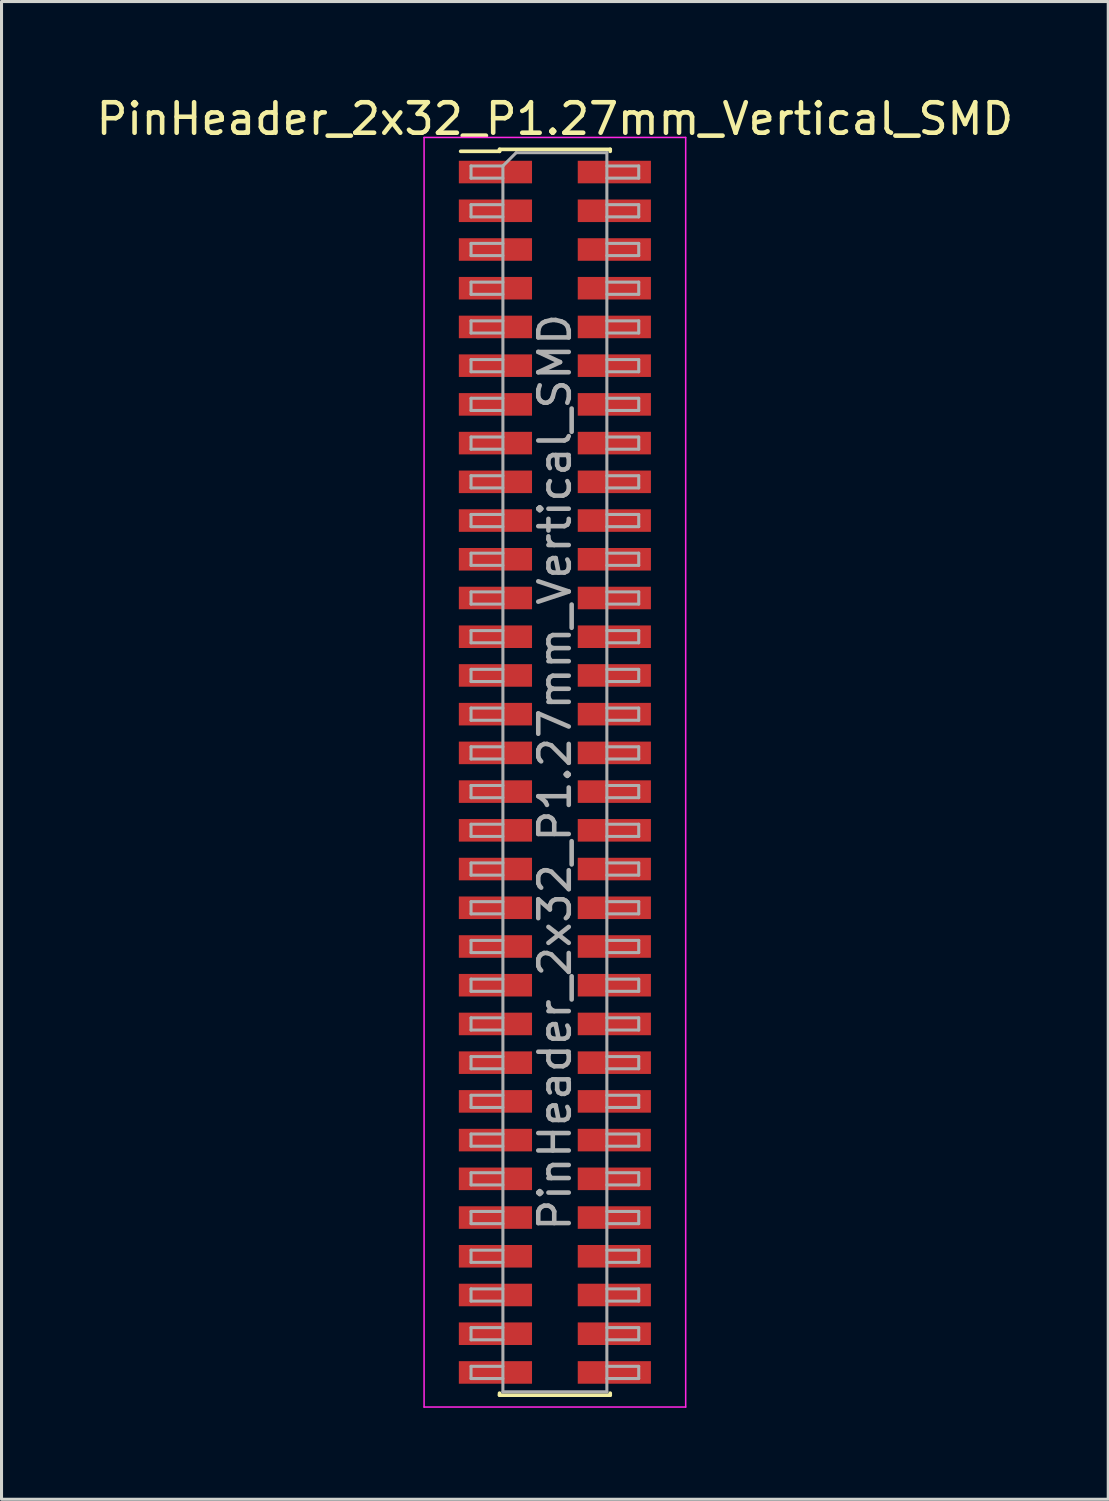
<source format=kicad_pcb>
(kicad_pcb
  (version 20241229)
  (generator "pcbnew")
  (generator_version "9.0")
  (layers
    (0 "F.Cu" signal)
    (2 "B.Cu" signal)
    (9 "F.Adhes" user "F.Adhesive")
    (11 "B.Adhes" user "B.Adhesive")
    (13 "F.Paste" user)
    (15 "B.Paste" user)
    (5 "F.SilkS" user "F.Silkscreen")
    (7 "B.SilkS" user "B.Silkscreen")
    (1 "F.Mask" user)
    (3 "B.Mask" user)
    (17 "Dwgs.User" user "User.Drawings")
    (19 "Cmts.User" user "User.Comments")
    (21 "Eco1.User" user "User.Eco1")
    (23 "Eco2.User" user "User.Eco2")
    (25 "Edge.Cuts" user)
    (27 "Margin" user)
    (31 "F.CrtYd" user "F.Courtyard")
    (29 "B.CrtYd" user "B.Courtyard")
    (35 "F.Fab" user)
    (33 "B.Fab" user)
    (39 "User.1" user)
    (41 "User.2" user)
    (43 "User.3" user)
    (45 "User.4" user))
  (footprint "PinHeader_2x32_P1.27mm_Vertical_SMD"
    (layer "F.Cu")
    (at 15.149 22.278)
    (property "Reference" "PinHeader_2x32_P1.27mm_Vertical_SMD" (at 0 -21.43 0) (layer "F.SilkS") (effects (font (size 1 1) (thickness 0.15))))
    (attr smd)
    (fp_line (start -3.09 -20.365) (end -1.815 -20.365) (stroke (width 0.12) (type solid)) (layer "F.SilkS"))
    (fp_line (start -1.815 -20.43) (end -1.815 -20.365) (stroke (width 0.12) (type solid)) (layer "F.SilkS"))
    (fp_line (start -1.815 -20.43) (end 1.815 -20.43) (stroke (width 0.12) (type solid)) (layer "F.SilkS"))
    (fp_line (start -1.815 20.365) (end -1.815 20.43) (stroke (width 0.12) (type solid)) (layer "F.SilkS"))
    (fp_line (start -1.815 20.43) (end 1.815 20.43) (stroke (width 0.12) (type solid)) (layer "F.SilkS"))
    (fp_line (start 1.815 -20.43) (end 1.815 -20.365) (stroke (width 0.12) (type solid)) (layer "F.SilkS"))
    (fp_line (start 1.815 20.365) (end 1.815 20.43) (stroke (width 0.12) (type solid)) (layer "F.SilkS"))
    (fp_line (start -4.29 -20.82) (end -4.29 20.82) (stroke (width 0.05) (type solid)) (layer "F.CrtYd"))
    (fp_line (start -4.29 20.82) (end 4.29 20.82) (stroke (width 0.05) (type solid)) (layer "F.CrtYd"))
    (fp_line (start 4.29 -20.82) (end -4.29 -20.82) (stroke (width 0.05) (type solid)) (layer "F.CrtYd"))
    (fp_line (start 4.29 20.82) (end 4.29 -20.82) (stroke (width 0.05) (type solid)) (layer "F.CrtYd"))
    (fp_line (start -2.75 -19.885) (end -2.75 -19.485) (stroke (width 0.1) (type solid)) (layer "F.Fab"))
    (fp_line (start -2.75 -19.485) (end -1.705 -19.485) (stroke (width 0.1) (type solid)) (layer "F.Fab"))
    (fp_line (start -2.75 -18.615) (end -2.75 -18.215) (stroke (width 0.1) (type solid)) (layer "F.Fab"))
    (fp_line (start -2.75 -18.215) (end -1.705 -18.215) (stroke (width 0.1) (type solid)) (layer "F.Fab"))
    (fp_line (start -2.75 -17.345) (end -2.75 -16.945) (stroke (width 0.1) (type solid)) (layer "F.Fab"))
    (fp_line (start -2.75 -16.945) (end -1.705 -16.945) (stroke (width 0.1) (type solid)) (layer "F.Fab"))
    (fp_line (start -2.75 -16.075) (end -2.75 -15.675) (stroke (width 0.1) (type solid)) (layer "F.Fab"))
    (fp_line (start -2.75 -15.675) (end -1.705 -15.675) (stroke (width 0.1) (type solid)) (layer "F.Fab"))
    (fp_line (start -2.75 -14.805) (end -2.75 -14.405) (stroke (width 0.1) (type solid)) (layer "F.Fab"))
    (fp_line (start -2.75 -14.405) (end -1.705 -14.405) (stroke (width 0.1) (type solid)) (layer "F.Fab"))
    (fp_line (start -2.75 -13.535) (end -2.75 -13.135) (stroke (width 0.1) (type solid)) (layer "F.Fab"))
    (fp_line (start -2.75 -13.135) (end -1.705 -13.135) (stroke (width 0.1) (type solid)) (layer "F.Fab"))
    (fp_line (start -2.75 -12.265) (end -2.75 -11.865) (stroke (width 0.1) (type solid)) (layer "F.Fab"))
    (fp_line (start -2.75 -11.865) (end -1.705 -11.865) (stroke (width 0.1) (type solid)) (layer "F.Fab"))
    (fp_line (start -2.75 -10.995) (end -2.75 -10.595) (stroke (width 0.1) (type solid)) (layer "F.Fab"))
    (fp_line (start -2.75 -10.595) (end -1.705 -10.595) (stroke (width 0.1) (type solid)) (layer "F.Fab"))
    (fp_line (start -2.75 -9.725) (end -2.75 -9.325) (stroke (width 0.1) (type solid)) (layer "F.Fab"))
    (fp_line (start -2.75 -9.325) (end -1.705 -9.325) (stroke (width 0.1) (type solid)) (layer "F.Fab"))
    (fp_line (start -2.75 -8.455) (end -2.75 -8.055) (stroke (width 0.1) (type solid)) (layer "F.Fab"))
    (fp_line (start -2.75 -8.055) (end -1.705 -8.055) (stroke (width 0.1) (type solid)) (layer "F.Fab"))
    (fp_line (start -2.75 -7.185) (end -2.75 -6.785) (stroke (width 0.1) (type solid)) (layer "F.Fab"))
    (fp_line (start -2.75 -6.785) (end -1.705 -6.785) (stroke (width 0.1) (type solid)) (layer "F.Fab"))
    (fp_line (start -2.75 -5.915) (end -2.75 -5.515) (stroke (width 0.1) (type solid)) (layer "F.Fab"))
    (fp_line (start -2.75 -5.515) (end -1.705 -5.515) (stroke (width 0.1) (type solid)) (layer "F.Fab"))
    (fp_line (start -2.75 -4.645) (end -2.75 -4.245) (stroke (width 0.1) (type solid)) (layer "F.Fab"))
    (fp_line (start -2.75 -4.245) (end -1.705 -4.245) (stroke (width 0.1) (type solid)) (layer "F.Fab"))
    (fp_line (start -2.75 -3.375) (end -2.75 -2.975) (stroke (width 0.1) (type solid)) (layer "F.Fab"))
    (fp_line (start -2.75 -2.975) (end -1.705 -2.975) (stroke (width 0.1) (type solid)) (layer "F.Fab"))
    (fp_line (start -2.75 -2.105) (end -2.75 -1.705) (stroke (width 0.1) (type solid)) (layer "F.Fab"))
    (fp_line (start -2.75 -1.705) (end -1.705 -1.705) (stroke (width 0.1) (type solid)) (layer "F.Fab"))
    (fp_line (start -2.75 -0.835) (end -2.75 -0.435) (stroke (width 0.1) (type solid)) (layer "F.Fab"))
    (fp_line (start -2.75 -0.435) (end -1.705 -0.435) (stroke (width 0.1) (type solid)) (layer "F.Fab"))
    (fp_line (start -2.75 0.435) (end -2.75 0.835) (stroke (width 0.1) (type solid)) (layer "F.Fab"))
    (fp_line (start -2.75 0.835) (end -1.705 0.835) (stroke (width 0.1) (type solid)) (layer "F.Fab"))
    (fp_line (start -2.75 1.705) (end -2.75 2.105) (stroke (width 0.1) (type solid)) (layer "F.Fab"))
    (fp_line (start -2.75 2.105) (end -1.705 2.105) (stroke (width 0.1) (type solid)) (layer "F.Fab"))
    (fp_line (start -2.75 2.975) (end -2.75 3.375) (stroke (width 0.1) (type solid)) (layer "F.Fab"))
    (fp_line (start -2.75 3.375) (end -1.705 3.375) (stroke (width 0.1) (type solid)) (layer "F.Fab"))
    (fp_line (start -2.75 4.245) (end -2.75 4.645) (stroke (width 0.1) (type solid)) (layer "F.Fab"))
    (fp_line (start -2.75 4.645) (end -1.705 4.645) (stroke (width 0.1) (type solid)) (layer "F.Fab"))
    (fp_line (start -2.75 5.515) (end -2.75 5.915) (stroke (width 0.1) (type solid)) (layer "F.Fab"))
    (fp_line (start -2.75 5.915) (end -1.705 5.915) (stroke (width 0.1) (type solid)) (layer "F.Fab"))
    (fp_line (start -2.75 6.785) (end -2.75 7.185) (stroke (width 0.1) (type solid)) (layer "F.Fab"))
    (fp_line (start -2.75 7.185) (end -1.705 7.185) (stroke (width 0.1) (type solid)) (layer "F.Fab"))
    (fp_line (start -2.75 8.055) (end -2.75 8.455) (stroke (width 0.1) (type solid)) (layer "F.Fab"))
    (fp_line (start -2.75 8.455) (end -1.705 8.455) (stroke (width 0.1) (type solid)) (layer "F.Fab"))
    (fp_line (start -2.75 9.325) (end -2.75 9.725) (stroke (width 0.1) (type solid)) (layer "F.Fab"))
    (fp_line (start -2.75 9.725) (end -1.705 9.725) (stroke (width 0.1) (type solid)) (layer "F.Fab"))
    (fp_line (start -2.75 10.595) (end -2.75 10.995) (stroke (width 0.1) (type solid)) (layer "F.Fab"))
    (fp_line (start -2.75 10.995) (end -1.705 10.995) (stroke (width 0.1) (type solid)) (layer "F.Fab"))
    (fp_line (start -2.75 11.865) (end -2.75 12.265) (stroke (width 0.1) (type solid)) (layer "F.Fab"))
    (fp_line (start -2.75 12.265) (end -1.705 12.265) (stroke (width 0.1) (type solid)) (layer "F.Fab"))
    (fp_line (start -2.75 13.135) (end -2.75 13.535) (stroke (width 0.1) (type solid)) (layer "F.Fab"))
    (fp_line (start -2.75 13.535) (end -1.705 13.535) (stroke (width 0.1) (type solid)) (layer "F.Fab"))
    (fp_line (start -2.75 14.405) (end -2.75 14.805) (stroke (width 0.1) (type solid)) (layer "F.Fab"))
    (fp_line (start -2.75 14.805) (end -1.705 14.805) (stroke (width 0.1) (type solid)) (layer "F.Fab"))
    (fp_line (start -2.75 15.675) (end -2.75 16.075) (stroke (width 0.1) (type solid)) (layer "F.Fab"))
    (fp_line (start -2.75 16.075) (end -1.705 16.075) (stroke (width 0.1) (type solid)) (layer "F.Fab"))
    (fp_line (start -2.75 16.945) (end -2.75 17.345) (stroke (width 0.1) (type solid)) (layer "F.Fab"))
    (fp_line (start -2.75 17.345) (end -1.705 17.345) (stroke (width 0.1) (type solid)) (layer "F.Fab"))
    (fp_line (start -2.75 18.215) (end -2.75 18.615) (stroke (width 0.1) (type solid)) (layer "F.Fab"))
    (fp_line (start -2.75 18.615) (end -1.705 18.615) (stroke (width 0.1) (type solid)) (layer "F.Fab"))
    (fp_line (start -2.75 19.485) (end -2.75 19.885) (stroke (width 0.1) (type solid)) (layer "F.Fab"))
    (fp_line (start -2.75 19.885) (end -1.705 19.885) (stroke (width 0.1) (type solid)) (layer "F.Fab"))
    (fp_line (start -1.705 -19.885) (end -2.75 -19.885) (stroke (width 0.1) (type solid)) (layer "F.Fab"))
    (fp_line (start -1.705 -19.885) (end -1.27 -20.32) (stroke (width 0.1) (type solid)) (layer "F.Fab"))
    (fp_line (start -1.705 -18.615) (end -2.75 -18.615) (stroke (width 0.1) (type solid)) (layer "F.Fab"))
    (fp_line (start -1.705 -17.345) (end -2.75 -17.345) (stroke (width 0.1) (type solid)) (layer "F.Fab"))
    (fp_line (start -1.705 -16.075) (end -2.75 -16.075) (stroke (width 0.1) (type solid)) (layer "F.Fab"))
    (fp_line (start -1.705 -14.805) (end -2.75 -14.805) (stroke (width 0.1) (type solid)) (layer "F.Fab"))
    (fp_line (start -1.705 -13.535) (end -2.75 -13.535) (stroke (width 0.1) (type solid)) (layer "F.Fab"))
    (fp_line (start -1.705 -12.265) (end -2.75 -12.265) (stroke (width 0.1) (type solid)) (layer "F.Fab"))
    (fp_line (start -1.705 -10.995) (end -2.75 -10.995) (stroke (width 0.1) (type solid)) (layer "F.Fab"))
    (fp_line (start -1.705 -9.725) (end -2.75 -9.725) (stroke (width 0.1) (type solid)) (layer "F.Fab"))
    (fp_line (start -1.705 -8.455) (end -2.75 -8.455) (stroke (width 0.1) (type solid)) (layer "F.Fab"))
    (fp_line (start -1.705 -7.185) (end -2.75 -7.185) (stroke (width 0.1) (type solid)) (layer "F.Fab"))
    (fp_line (start -1.705 -5.915) (end -2.75 -5.915) (stroke (width 0.1) (type solid)) (layer "F.Fab"))
    (fp_line (start -1.705 -4.645) (end -2.75 -4.645) (stroke (width 0.1) (type solid)) (layer "F.Fab"))
    (fp_line (start -1.705 -3.375) (end -2.75 -3.375) (stroke (width 0.1) (type solid)) (layer "F.Fab"))
    (fp_line (start -1.705 -2.105) (end -2.75 -2.105) (stroke (width 0.1) (type solid)) (layer "F.Fab"))
    (fp_line (start -1.705 -0.835) (end -2.75 -0.835) (stroke (width 0.1) (type solid)) (layer "F.Fab"))
    (fp_line (start -1.705 0.435) (end -2.75 0.435) (stroke (width 0.1) (type solid)) (layer "F.Fab"))
    (fp_line (start -1.705 1.705) (end -2.75 1.705) (stroke (width 0.1) (type solid)) (layer "F.Fab"))
    (fp_line (start -1.705 2.975) (end -2.75 2.975) (stroke (width 0.1) (type solid)) (layer "F.Fab"))
    (fp_line (start -1.705 4.245) (end -2.75 4.245) (stroke (width 0.1) (type solid)) (layer "F.Fab"))
    (fp_line (start -1.705 5.515) (end -2.75 5.515) (stroke (width 0.1) (type solid)) (layer "F.Fab"))
    (fp_line (start -1.705 6.785) (end -2.75 6.785) (stroke (width 0.1) (type solid)) (layer "F.Fab"))
    (fp_line (start -1.705 8.055) (end -2.75 8.055) (stroke (width 0.1) (type solid)) (layer "F.Fab"))
    (fp_line (start -1.705 9.325) (end -2.75 9.325) (stroke (width 0.1) (type solid)) (layer "F.Fab"))
    (fp_line (start -1.705 10.595) (end -2.75 10.595) (stroke (width 0.1) (type solid)) (layer "F.Fab"))
    (fp_line (start -1.705 11.865) (end -2.75 11.865) (stroke (width 0.1) (type solid)) (layer "F.Fab"))
    (fp_line (start -1.705 13.135) (end -2.75 13.135) (stroke (width 0.1) (type solid)) (layer "F.Fab"))
    (fp_line (start -1.705 14.405) (end -2.75 14.405) (stroke (width 0.1) (type solid)) (layer "F.Fab"))
    (fp_line (start -1.705 15.675) (end -2.75 15.675) (stroke (width 0.1) (type solid)) (layer "F.Fab"))
    (fp_line (start -1.705 16.945) (end -2.75 16.945) (stroke (width 0.1) (type solid)) (layer "F.Fab"))
    (fp_line (start -1.705 18.215) (end -2.75 18.215) (stroke (width 0.1) (type solid)) (layer "F.Fab"))
    (fp_line (start -1.705 19.485) (end -2.75 19.485) (stroke (width 0.1) (type solid)) (layer "F.Fab"))
    (fp_line (start -1.705 20.32) (end -1.705 -19.885) (stroke (width 0.1) (type solid)) (layer "F.Fab"))
    (fp_line (start -1.27 -20.32) (end 1.705 -20.32) (stroke (width 0.1) (type solid)) (layer "F.Fab"))
    (fp_line (start 1.705 -20.32) (end 1.705 20.32) (stroke (width 0.1) (type solid)) (layer "F.Fab"))
    (fp_line (start 1.705 -19.885) (end 2.75 -19.885) (stroke (width 0.1) (type solid)) (layer "F.Fab"))
    (fp_line (start 1.705 -18.615) (end 2.75 -18.615) (stroke (width 0.1) (type solid)) (layer "F.Fab"))
    (fp_line (start 1.705 -17.345) (end 2.75 -17.345) (stroke (width 0.1) (type solid)) (layer "F.Fab"))
    (fp_line (start 1.705 -16.075) (end 2.75 -16.075) (stroke (width 0.1) (type solid)) (layer "F.Fab"))
    (fp_line (start 1.705 -14.805) (end 2.75 -14.805) (stroke (width 0.1) (type solid)) (layer "F.Fab"))
    (fp_line (start 1.705 -13.535) (end 2.75 -13.535) (stroke (width 0.1) (type solid)) (layer "F.Fab"))
    (fp_line (start 1.705 -12.265) (end 2.75 -12.265) (stroke (width 0.1) (type solid)) (layer "F.Fab"))
    (fp_line (start 1.705 -10.995) (end 2.75 -10.995) (stroke (width 0.1) (type solid)) (layer "F.Fab"))
    (fp_line (start 1.705 -9.725) (end 2.75 -9.725) (stroke (width 0.1) (type solid)) (layer "F.Fab"))
    (fp_line (start 1.705 -8.455) (end 2.75 -8.455) (stroke (width 0.1) (type solid)) (layer "F.Fab"))
    (fp_line (start 1.705 -7.185) (end 2.75 -7.185) (stroke (width 0.1) (type solid)) (layer "F.Fab"))
    (fp_line (start 1.705 -5.915) (end 2.75 -5.915) (stroke (width 0.1) (type solid)) (layer "F.Fab"))
    (fp_line (start 1.705 -4.645) (end 2.75 -4.645) (stroke (width 0.1) (type solid)) (layer "F.Fab"))
    (fp_line (start 1.705 -3.375) (end 2.75 -3.375) (stroke (width 0.1) (type solid)) (layer "F.Fab"))
    (fp_line (start 1.705 -2.105) (end 2.75 -2.105) (stroke (width 0.1) (type solid)) (layer "F.Fab"))
    (fp_line (start 1.705 -0.835) (end 2.75 -0.835) (stroke (width 0.1) (type solid)) (layer "F.Fab"))
    (fp_line (start 1.705 0.435) (end 2.75 0.435) (stroke (width 0.1) (type solid)) (layer "F.Fab"))
    (fp_line (start 1.705 1.705) (end 2.75 1.705) (stroke (width 0.1) (type solid)) (layer "F.Fab"))
    (fp_line (start 1.705 2.975) (end 2.75 2.975) (stroke (width 0.1) (type solid)) (layer "F.Fab"))
    (fp_line (start 1.705 4.245) (end 2.75 4.245) (stroke (width 0.1) (type solid)) (layer "F.Fab"))
    (fp_line (start 1.705 5.515) (end 2.75 5.515) (stroke (width 0.1) (type solid)) (layer "F.Fab"))
    (fp_line (start 1.705 6.785) (end 2.75 6.785) (stroke (width 0.1) (type solid)) (layer "F.Fab"))
    (fp_line (start 1.705 8.055) (end 2.75 8.055) (stroke (width 0.1) (type solid)) (layer "F.Fab"))
    (fp_line (start 1.705 9.325) (end 2.75 9.325) (stroke (width 0.1) (type solid)) (layer "F.Fab"))
    (fp_line (start 1.705 10.595) (end 2.75 10.595) (stroke (width 0.1) (type solid)) (layer "F.Fab"))
    (fp_line (start 1.705 11.865) (end 2.75 11.865) (stroke (width 0.1) (type solid)) (layer "F.Fab"))
    (fp_line (start 1.705 13.135) (end 2.75 13.135) (stroke (width 0.1) (type solid)) (layer "F.Fab"))
    (fp_line (start 1.705 14.405) (end 2.75 14.405) (stroke (width 0.1) (type solid)) (layer "F.Fab"))
    (fp_line (start 1.705 15.675) (end 2.75 15.675) (stroke (width 0.1) (type solid)) (layer "F.Fab"))
    (fp_line (start 1.705 16.945) (end 2.75 16.945) (stroke (width 0.1) (type solid)) (layer "F.Fab"))
    (fp_line (start 1.705 18.215) (end 2.75 18.215) (stroke (width 0.1) (type solid)) (layer "F.Fab"))
    (fp_line (start 1.705 19.485) (end 2.75 19.485) (stroke (width 0.1) (type solid)) (layer "F.Fab"))
    (fp_line (start 1.705 20.32) (end -1.705 20.32) (stroke (width 0.1) (type solid)) (layer "F.Fab"))
    (fp_line (start 2.75 -19.885) (end 2.75 -19.485) (stroke (width 0.1) (type solid)) (layer "F.Fab"))
    (fp_line (start 2.75 -19.485) (end 1.705 -19.485) (stroke (width 0.1) (type solid)) (layer "F.Fab"))
    (fp_line (start 2.75 -18.615) (end 2.75 -18.215) (stroke (width 0.1) (type solid)) (layer "F.Fab"))
    (fp_line (start 2.75 -18.215) (end 1.705 -18.215) (stroke (width 0.1) (type solid)) (layer "F.Fab"))
    (fp_line (start 2.75 -17.345) (end 2.75 -16.945) (stroke (width 0.1) (type solid)) (layer "F.Fab"))
    (fp_line (start 2.75 -16.945) (end 1.705 -16.945) (stroke (width 0.1) (type solid)) (layer "F.Fab"))
    (fp_line (start 2.75 -16.075) (end 2.75 -15.675) (stroke (width 0.1) (type solid)) (layer "F.Fab"))
    (fp_line (start 2.75 -15.675) (end 1.705 -15.675) (stroke (width 0.1) (type solid)) (layer "F.Fab"))
    (fp_line (start 2.75 -14.805) (end 2.75 -14.405) (stroke (width 0.1) (type solid)) (layer "F.Fab"))
    (fp_line (start 2.75 -14.405) (end 1.705 -14.405) (stroke (width 0.1) (type solid)) (layer "F.Fab"))
    (fp_line (start 2.75 -13.535) (end 2.75 -13.135) (stroke (width 0.1) (type solid)) (layer "F.Fab"))
    (fp_line (start 2.75 -13.135) (end 1.705 -13.135) (stroke (width 0.1) (type solid)) (layer "F.Fab"))
    (fp_line (start 2.75 -12.265) (end 2.75 -11.865) (stroke (width 0.1) (type solid)) (layer "F.Fab"))
    (fp_line (start 2.75 -11.865) (end 1.705 -11.865) (stroke (width 0.1) (type solid)) (layer "F.Fab"))
    (fp_line (start 2.75 -10.995) (end 2.75 -10.595) (stroke (width 0.1) (type solid)) (layer "F.Fab"))
    (fp_line (start 2.75 -10.595) (end 1.705 -10.595) (stroke (width 0.1) (type solid)) (layer "F.Fab"))
    (fp_line (start 2.75 -9.725) (end 2.75 -9.325) (stroke (width 0.1) (type solid)) (layer "F.Fab"))
    (fp_line (start 2.75 -9.325) (end 1.705 -9.325) (stroke (width 0.1) (type solid)) (layer "F.Fab"))
    (fp_line (start 2.75 -8.455) (end 2.75 -8.055) (stroke (width 0.1) (type solid)) (layer "F.Fab"))
    (fp_line (start 2.75 -8.055) (end 1.705 -8.055) (stroke (width 0.1) (type solid)) (layer "F.Fab"))
    (fp_line (start 2.75 -7.185) (end 2.75 -6.785) (stroke (width 0.1) (type solid)) (layer "F.Fab"))
    (fp_line (start 2.75 -6.785) (end 1.705 -6.785) (stroke (width 0.1) (type solid)) (layer "F.Fab"))
    (fp_line (start 2.75 -5.915) (end 2.75 -5.515) (stroke (width 0.1) (type solid)) (layer "F.Fab"))
    (fp_line (start 2.75 -5.515) (end 1.705 -5.515) (stroke (width 0.1) (type solid)) (layer "F.Fab"))
    (fp_line (start 2.75 -4.645) (end 2.75 -4.245) (stroke (width 0.1) (type solid)) (layer "F.Fab"))
    (fp_line (start 2.75 -4.245) (end 1.705 -4.245) (stroke (width 0.1) (type solid)) (layer "F.Fab"))
    (fp_line (start 2.75 -3.375) (end 2.75 -2.975) (stroke (width 0.1) (type solid)) (layer "F.Fab"))
    (fp_line (start 2.75 -2.975) (end 1.705 -2.975) (stroke (width 0.1) (type solid)) (layer "F.Fab"))
    (fp_line (start 2.75 -2.105) (end 2.75 -1.705) (stroke (width 0.1) (type solid)) (layer "F.Fab"))
    (fp_line (start 2.75 -1.705) (end 1.705 -1.705) (stroke (width 0.1) (type solid)) (layer "F.Fab"))
    (fp_line (start 2.75 -0.835) (end 2.75 -0.435) (stroke (width 0.1) (type solid)) (layer "F.Fab"))
    (fp_line (start 2.75 -0.435) (end 1.705 -0.435) (stroke (width 0.1) (type solid)) (layer "F.Fab"))
    (fp_line (start 2.75 0.435) (end 2.75 0.835) (stroke (width 0.1) (type solid)) (layer "F.Fab"))
    (fp_line (start 2.75 0.835) (end 1.705 0.835) (stroke (width 0.1) (type solid)) (layer "F.Fab"))
    (fp_line (start 2.75 1.705) (end 2.75 2.105) (stroke (width 0.1) (type solid)) (layer "F.Fab"))
    (fp_line (start 2.75 2.105) (end 1.705 2.105) (stroke (width 0.1) (type solid)) (layer "F.Fab"))
    (fp_line (start 2.75 2.975) (end 2.75 3.375) (stroke (width 0.1) (type solid)) (layer "F.Fab"))
    (fp_line (start 2.75 3.375) (end 1.705 3.375) (stroke (width 0.1) (type solid)) (layer "F.Fab"))
    (fp_line (start 2.75 4.245) (end 2.75 4.645) (stroke (width 0.1) (type solid)) (layer "F.Fab"))
    (fp_line (start 2.75 4.645) (end 1.705 4.645) (stroke (width 0.1) (type solid)) (layer "F.Fab"))
    (fp_line (start 2.75 5.515) (end 2.75 5.915) (stroke (width 0.1) (type solid)) (layer "F.Fab"))
    (fp_line (start 2.75 5.915) (end 1.705 5.915) (stroke (width 0.1) (type solid)) (layer "F.Fab"))
    (fp_line (start 2.75 6.785) (end 2.75 7.185) (stroke (width 0.1) (type solid)) (layer "F.Fab"))
    (fp_line (start 2.75 7.185) (end 1.705 7.185) (stroke (width 0.1) (type solid)) (layer "F.Fab"))
    (fp_line (start 2.75 8.055) (end 2.75 8.455) (stroke (width 0.1) (type solid)) (layer "F.Fab"))
    (fp_line (start 2.75 8.455) (end 1.705 8.455) (stroke (width 0.1) (type solid)) (layer "F.Fab"))
    (fp_line (start 2.75 9.325) (end 2.75 9.725) (stroke (width 0.1) (type solid)) (layer "F.Fab"))
    (fp_line (start 2.75 9.725) (end 1.705 9.725) (stroke (width 0.1) (type solid)) (layer "F.Fab"))
    (fp_line (start 2.75 10.595) (end 2.75 10.995) (stroke (width 0.1) (type solid)) (layer "F.Fab"))
    (fp_line (start 2.75 10.995) (end 1.705 10.995) (stroke (width 0.1) (type solid)) (layer "F.Fab"))
    (fp_line (start 2.75 11.865) (end 2.75 12.265) (stroke (width 0.1) (type solid)) (layer "F.Fab"))
    (fp_line (start 2.75 12.265) (end 1.705 12.265) (stroke (width 0.1) (type solid)) (layer "F.Fab"))
    (fp_line (start 2.75 13.135) (end 2.75 13.535) (stroke (width 0.1) (type solid)) (layer "F.Fab"))
    (fp_line (start 2.75 13.535) (end 1.705 13.535) (stroke (width 0.1) (type solid)) (layer "F.Fab"))
    (fp_line (start 2.75 14.405) (end 2.75 14.805) (stroke (width 0.1) (type solid)) (layer "F.Fab"))
    (fp_line (start 2.75 14.805) (end 1.705 14.805) (stroke (width 0.1) (type solid)) (layer "F.Fab"))
    (fp_line (start 2.75 15.675) (end 2.75 16.075) (stroke (width 0.1) (type solid)) (layer "F.Fab"))
    (fp_line (start 2.75 16.075) (end 1.705 16.075) (stroke (width 0.1) (type solid)) (layer "F.Fab"))
    (fp_line (start 2.75 16.945) (end 2.75 17.345) (stroke (width 0.1) (type solid)) (layer "F.Fab"))
    (fp_line (start 2.75 17.345) (end 1.705 17.345) (stroke (width 0.1) (type solid)) (layer "F.Fab"))
    (fp_line (start 2.75 18.215) (end 2.75 18.615) (stroke (width 0.1) (type solid)) (layer "F.Fab"))
    (fp_line (start 2.75 18.615) (end 1.705 18.615) (stroke (width 0.1) (type solid)) (layer "F.Fab"))
    (fp_line (start 2.75 19.485) (end 2.75 19.885) (stroke (width 0.1) (type solid)) (layer "F.Fab"))
    (fp_line (start 2.75 19.885) (end 1.705 19.885) (stroke (width 0.1) (type solid)) (layer "F.Fab"))
    (fp_text user "${REFERENCE}" (at 0 0 90) (layer "F.Fab") (effects (font (size 1 1) (thickness 0.15))))
    (pad "1" smd rect (at -1.95 -19.685) (size 2.4 0.74) (layers "F.Cu" "F.Mask" "F.Paste"))
    (pad "2" smd rect (at 1.95 -19.685) (size 2.4 0.74) (layers "F.Cu" "F.Mask" "F.Paste"))
    (pad "3" smd rect (at -1.95 -18.415) (size 2.4 0.74) (layers "F.Cu" "F.Mask" "F.Paste"))
    (pad "4" smd rect (at 1.95 -18.415) (size 2.4 0.74) (layers "F.Cu" "F.Mask" "F.Paste"))
    (pad "5" smd rect (at -1.95 -17.145) (size 2.4 0.74) (layers "F.Cu" "F.Mask" "F.Paste"))
    (pad "6" smd rect (at 1.95 -17.145) (size 2.4 0.74) (layers "F.Cu" "F.Mask" "F.Paste"))
    (pad "7" smd rect (at -1.95 -15.875) (size 2.4 0.74) (layers "F.Cu" "F.Mask" "F.Paste"))
    (pad "8" smd rect (at 1.95 -15.875) (size 2.4 0.74) (layers "F.Cu" "F.Mask" "F.Paste"))
    (pad "9" smd rect (at -1.95 -14.605) (size 2.4 0.74) (layers "F.Cu" "F.Mask" "F.Paste"))
    (pad "10" smd rect (at 1.95 -14.605) (size 2.4 0.74) (layers "F.Cu" "F.Mask" "F.Paste"))
    (pad "11" smd rect (at -1.95 -13.335) (size 2.4 0.74) (layers "F.Cu" "F.Mask" "F.Paste"))
    (pad "12" smd rect (at 1.95 -13.335) (size 2.4 0.74) (layers "F.Cu" "F.Mask" "F.Paste"))
    (pad "13" smd rect (at -1.95 -12.065) (size 2.4 0.74) (layers "F.Cu" "F.Mask" "F.Paste"))
    (pad "14" smd rect (at 1.95 -12.065) (size 2.4 0.74) (layers "F.Cu" "F.Mask" "F.Paste"))
    (pad "15" smd rect (at -1.95 -10.795) (size 2.4 0.74) (layers "F.Cu" "F.Mask" "F.Paste"))
    (pad "16" smd rect (at 1.95 -10.795) (size 2.4 0.74) (layers "F.Cu" "F.Mask" "F.Paste"))
    (pad "17" smd rect (at -1.95 -9.525) (size 2.4 0.74) (layers "F.Cu" "F.Mask" "F.Paste"))
    (pad "18" smd rect (at 1.95 -9.525) (size 2.4 0.74) (layers "F.Cu" "F.Mask" "F.Paste"))
    (pad "19" smd rect (at -1.95 -8.255) (size 2.4 0.74) (layers "F.Cu" "F.Mask" "F.Paste"))
    (pad "20" smd rect (at 1.95 -8.255) (size 2.4 0.74) (layers "F.Cu" "F.Mask" "F.Paste"))
    (pad "21" smd rect (at -1.95 -6.985) (size 2.4 0.74) (layers "F.Cu" "F.Mask" "F.Paste"))
    (pad "22" smd rect (at 1.95 -6.985) (size 2.4 0.74) (layers "F.Cu" "F.Mask" "F.Paste"))
    (pad "23" smd rect (at -1.95 -5.715) (size 2.4 0.74) (layers "F.Cu" "F.Mask" "F.Paste"))
    (pad "24" smd rect (at 1.95 -5.715) (size 2.4 0.74) (layers "F.Cu" "F.Mask" "F.Paste"))
    (pad "25" smd rect (at -1.95 -4.445) (size 2.4 0.74) (layers "F.Cu" "F.Mask" "F.Paste"))
    (pad "26" smd rect (at 1.95 -4.445) (size 2.4 0.74) (layers "F.Cu" "F.Mask" "F.Paste"))
    (pad "27" smd rect (at -1.95 -3.175) (size 2.4 0.74) (layers "F.Cu" "F.Mask" "F.Paste"))
    (pad "28" smd rect (at 1.95 -3.175) (size 2.4 0.74) (layers "F.Cu" "F.Mask" "F.Paste"))
    (pad "29" smd rect (at -1.95 -1.905) (size 2.4 0.74) (layers "F.Cu" "F.Mask" "F.Paste"))
    (pad "30" smd rect (at 1.95 -1.905) (size 2.4 0.74) (layers "F.Cu" "F.Mask" "F.Paste"))
    (pad "31" smd rect (at -1.95 -0.635) (size 2.4 0.74) (layers "F.Cu" "F.Mask" "F.Paste"))
    (pad "32" smd rect (at 1.95 -0.635) (size 2.4 0.74) (layers "F.Cu" "F.Mask" "F.Paste"))
    (pad "33" smd rect (at -1.95 0.635) (size 2.4 0.74) (layers "F.Cu" "F.Mask" "F.Paste"))
    (pad "34" smd rect (at 1.95 0.635) (size 2.4 0.74) (layers "F.Cu" "F.Mask" "F.Paste"))
    (pad "35" smd rect (at -1.95 1.905) (size 2.4 0.74) (layers "F.Cu" "F.Mask" "F.Paste"))
    (pad "36" smd rect (at 1.95 1.905) (size 2.4 0.74) (layers "F.Cu" "F.Mask" "F.Paste"))
    (pad "37" smd rect (at -1.95 3.175) (size 2.4 0.74) (layers "F.Cu" "F.Mask" "F.Paste"))
    (pad "38" smd rect (at 1.95 3.175) (size 2.4 0.74) (layers "F.Cu" "F.Mask" "F.Paste"))
    (pad "39" smd rect (at -1.95 4.445) (size 2.4 0.74) (layers "F.Cu" "F.Mask" "F.Paste"))
    (pad "40" smd rect (at 1.95 4.445) (size 2.4 0.74) (layers "F.Cu" "F.Mask" "F.Paste"))
    (pad "41" smd rect (at -1.95 5.715) (size 2.4 0.74) (layers "F.Cu" "F.Mask" "F.Paste"))
    (pad "42" smd rect (at 1.95 5.715) (size 2.4 0.74) (layers "F.Cu" "F.Mask" "F.Paste"))
    (pad "43" smd rect (at -1.95 6.985) (size 2.4 0.74) (layers "F.Cu" "F.Mask" "F.Paste"))
    (pad "44" smd rect (at 1.95 6.985) (size 2.4 0.74) (layers "F.Cu" "F.Mask" "F.Paste"))
    (pad "45" smd rect (at -1.95 8.255) (size 2.4 0.74) (layers "F.Cu" "F.Mask" "F.Paste"))
    (pad "46" smd rect (at 1.95 8.255) (size 2.4 0.74) (layers "F.Cu" "F.Mask" "F.Paste"))
    (pad "47" smd rect (at -1.95 9.525) (size 2.4 0.74) (layers "F.Cu" "F.Mask" "F.Paste"))
    (pad "48" smd rect (at 1.95 9.525) (size 2.4 0.74) (layers "F.Cu" "F.Mask" "F.Paste"))
    (pad "49" smd rect (at -1.95 10.795) (size 2.4 0.74) (layers "F.Cu" "F.Mask" "F.Paste"))
    (pad "50" smd rect (at 1.95 10.795) (size 2.4 0.74) (layers "F.Cu" "F.Mask" "F.Paste"))
    (pad "51" smd rect (at -1.95 12.065) (size 2.4 0.74) (layers "F.Cu" "F.Mask" "F.Paste"))
    (pad "52" smd rect (at 1.95 12.065) (size 2.4 0.74) (layers "F.Cu" "F.Mask" "F.Paste"))
    (pad "53" smd rect (at -1.95 13.335) (size 2.4 0.74) (layers "F.Cu" "F.Mask" "F.Paste"))
    (pad "54" smd rect (at 1.95 13.335) (size 2.4 0.74) (layers "F.Cu" "F.Mask" "F.Paste"))
    (pad "55" smd rect (at -1.95 14.605) (size 2.4 0.74) (layers "F.Cu" "F.Mask" "F.Paste"))
    (pad "56" smd rect (at 1.95 14.605) (size 2.4 0.74) (layers "F.Cu" "F.Mask" "F.Paste"))
    (pad "57" smd rect (at -1.95 15.875) (size 2.4 0.74) (layers "F.Cu" "F.Mask" "F.Paste"))
    (pad "58" smd rect (at 1.95 15.875) (size 2.4 0.74) (layers "F.Cu" "F.Mask" "F.Paste"))
    (pad "59" smd rect (at -1.95 17.145) (size 2.4 0.74) (layers "F.Cu" "F.Mask" "F.Paste"))
    (pad "60" smd rect (at 1.95 17.145) (size 2.4 0.74) (layers "F.Cu" "F.Mask" "F.Paste"))
    (pad "61" smd rect (at -1.95 18.415) (size 2.4 0.74) (layers "F.Cu" "F.Mask" "F.Paste"))
    (pad "62" smd rect (at 1.95 18.415) (size 2.4 0.74) (layers "F.Cu" "F.Mask" "F.Paste"))
    (pad "63" smd rect (at -1.95 19.685) (size 2.4 0.74) (layers "F.Cu" "F.Mask" "F.Paste"))
    (pad "64" smd rect (at 1.95 19.685) (size 2.4 0.74) (layers "F.Cu" "F.Mask" "F.Paste")))
  (gr_rect
    (start -3 -3)
    (end 33.298 46.123)
    (stroke (width 0.1) (type default))
    (fill no)
    (layer "Edge.Cuts")))
</source>
